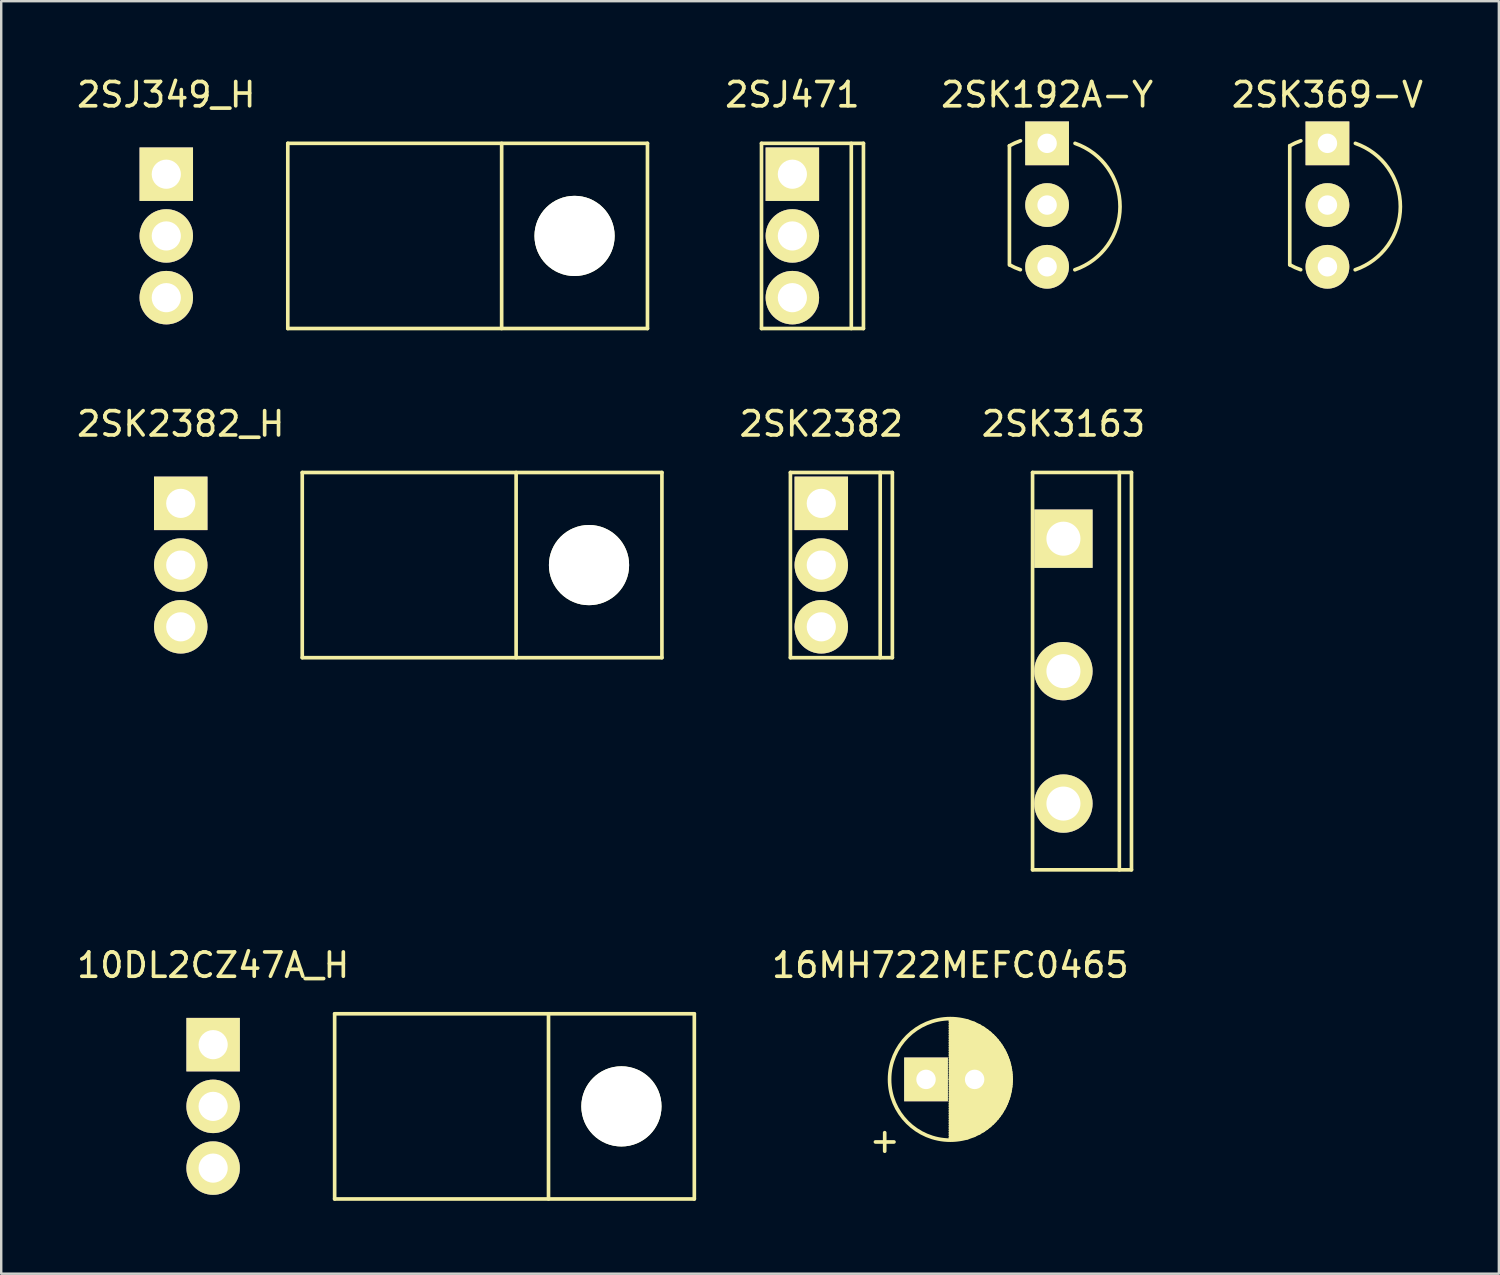
<source format=kicad_pcb>
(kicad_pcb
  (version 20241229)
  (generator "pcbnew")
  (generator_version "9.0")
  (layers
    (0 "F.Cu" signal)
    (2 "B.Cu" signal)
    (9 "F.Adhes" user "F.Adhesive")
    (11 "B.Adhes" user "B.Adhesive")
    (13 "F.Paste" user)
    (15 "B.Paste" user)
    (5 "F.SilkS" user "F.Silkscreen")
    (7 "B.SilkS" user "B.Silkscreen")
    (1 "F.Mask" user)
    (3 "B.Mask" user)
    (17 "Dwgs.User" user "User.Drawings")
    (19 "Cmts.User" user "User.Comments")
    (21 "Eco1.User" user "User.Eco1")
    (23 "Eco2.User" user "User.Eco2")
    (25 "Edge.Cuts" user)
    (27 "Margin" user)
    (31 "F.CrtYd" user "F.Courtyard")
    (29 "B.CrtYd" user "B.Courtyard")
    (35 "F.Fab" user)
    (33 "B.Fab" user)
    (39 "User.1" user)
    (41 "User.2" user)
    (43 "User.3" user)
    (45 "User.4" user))
  (footprint "2SK369-V"
    (layer "F.Cu")
    (at 51.571 2.848)
    (property "Reference" "2SK369-V" (at 0 -2 0) (layer "F.SilkS") (effects (font (size 1 1) (thickness 0.15))))
    (attr through_hole)
    (fp_line (start -1.55 5) (end -1.55 0.1) (stroke (width 0.15) (type solid)) (layer "F.SilkS"))
    (fp_arc (start -1.55 0.1) (mid -1.326783 -0.012505) (end -1.09461 -0.105127) (stroke (width 0.15) (type solid)) (layer "F.SilkS"))
    (fp_arc (start -1.1 5.2) (mid -1.32318 5.111666) (end -1.537812 5.004217) (stroke (width 0.15) (type solid)) (layer "F.SilkS"))
    (fp_arc (start 1.15 0) (mid 3.00136 2.60449) (end 1.14151 5.202923) (stroke (width 0.15) (type solid)) (layer "F.SilkS"))
    (pad "1" thru_hole rect (at 0 0) (size 1.8 1.8) (drill 0.8) (layers "*.Cu" "*.Mask" "F.SilkS"))
    (pad "2" thru_hole circle (at 0 2.54) (size 1.8 1.8) (drill 0.8) (layers "*.Cu" "*.Mask" "F.SilkS"))
    (pad "3" thru_hole circle (at 0 5.08) (size 1.8 1.8) (drill 0.8) (layers "*.Cu" "*.Mask" "F.SilkS")))
  (footprint "2SK3163"
    (layer "F.Cu")
    (at 40.708 19.116)
    (property "Reference" "2SK3163" (at 0 -4.725 0) (layer "F.SilkS") (effects (font (size 1 1) (thickness 0.15))))
    (attr through_hole)
    (fp_line (start -1.27 -2.725) (end -1.27 13.625) (stroke (width 0.15) (type solid)) (layer "F.SilkS"))
    (fp_line (start -1.27 -2.725) (end 2.8 -2.725) (stroke (width 0.15) (type solid)) (layer "F.SilkS"))
    (fp_line (start -1.27 13.625) (end 2.8 13.625) (stroke (width 0.15) (type solid)) (layer "F.SilkS"))
    (fp_line (start 2.3 -2.725) (end 2.3 13.625) (stroke (width 0.15) (type solid)) (layer "F.SilkS"))
    (fp_line (start 2.8 -2.725) (end 2.8 13.625) (stroke (width 0.15) (type solid)) (layer "F.SilkS"))
    (pad "1" thru_hole rect (at 0 0) (size 2.4 2.4) (drill 1.4) (layers "*.Cu" "*.Mask" "F.SilkS"))
    (pad "2" thru_hole circle (at 0 5.45) (size 2.4 2.4) (drill 1.4) (layers "*.Cu" "*.Mask" "F.SilkS"))
    (pad "3" thru_hole circle (at 0 10.9) (size 2.4 2.4) (drill 1.4) (layers "*.Cu" "*.Mask" "F.SilkS")))
  (footprint "10DL2CZ47A_H"
    (layer "F.Cu")
    (at 5.72 39.935)
    (property "Reference" "10DL2CZ47A_H" (at 0 -3.27 0) (layer "F.SilkS") (effects (font (size 1 1) (thickness 0.15))))
    (attr through_hole)
    (fp_line (start 5 -1.27) (end 5 6.35) (stroke (width 0.15) (type solid)) (layer "F.SilkS"))
    (fp_line (start 5 -1.27) (end 19.8 -1.27) (stroke (width 0.15) (type solid)) (layer "F.SilkS"))
    (fp_line (start 5 6.35) (end 19.8 6.35) (stroke (width 0.15) (type solid)) (layer "F.SilkS"))
    (fp_line (start 13.8 -1.27) (end 13.8 6.35) (stroke (width 0.15) (type solid)) (layer "F.SilkS"))
    (fp_line (start 19.8 -1.27) (end 19.8 6.35) (stroke (width 0.15) (type solid)) (layer "F.SilkS"))
    (pad "" np_thru_hole circle (at 16.8 2.54) (size 3.3 3.3) (drill 3.3) (layers "*.Cu" "*.Mask" "F.SilkS"))
    (pad "1" thru_hole rect (at 0 0) (size 2.2 2.2) (drill 1.2) (layers "*.Cu" "*.Mask" "F.SilkS"))
    (pad "2" thru_hole circle (at 0 2.54) (size 2.2 2.2) (drill 1.2) (layers "*.Cu" "*.Mask" "F.SilkS"))
    (pad "3" thru_hole circle (at 0 5.08) (size 2.2 2.2) (drill 1.2) (layers "*.Cu" "*.Mask" "F.SilkS")))
  (footprint "16MH722MEFC0465"
    (layer "F.Cu")
    (at 35.054 41.365)
    (property "Reference" "16MH722MEFC0465" (at 1 -4.7 0) (layer "F.SilkS") (effects (font (size 1 1) (thickness 0.15))))
    (attr through_hole)
    (fp_line (start 1 -2.4) (end 1.7 -2.4) (stroke (width 0.15) (type solid)) (layer "F.SilkS"))
    (fp_line (start 1 -2.3) (end 1.98 -2.3) (stroke (width 0.15) (type solid)) (layer "F.SilkS"))
    (fp_line (start 1 -2.2) (end 2.187 -2.2) (stroke (width 0.15) (type solid)) (layer "F.SilkS"))
    (fp_line (start 1 -2.1) (end 2.356 -2.1) (stroke (width 0.15) (type solid)) (layer "F.SilkS"))
    (fp_line (start 1 -2) (end 2.5 -2) (stroke (width 0.15) (type solid)) (layer "F.SilkS"))
    (fp_line (start 1 -1.9) (end 2.625 -1.9) (stroke (width 0.15) (type solid)) (layer "F.SilkS"))
    (fp_line (start 1 -1.8) (end 2.735 -1.8) (stroke (width 0.15) (type solid)) (layer "F.SilkS"))
    (fp_line (start 1 -1.7) (end 2.833 -1.7) (stroke (width 0.15) (type solid)) (layer "F.SilkS"))
    (fp_line (start 1 -1.6) (end 2.921 -1.6) (stroke (width 0.15) (type solid)) (layer "F.SilkS"))
    (fp_line (start 1 -1.5) (end 3 -1.5) (stroke (width 0.15) (type solid)) (layer "F.SilkS"))
    (fp_line (start 1 -1.4) (end 3.071 -1.4) (stroke (width 0.15) (type solid)) (layer "F.SilkS"))
    (fp_line (start 1 -1.3) (end 3.135 -1.3) (stroke (width 0.15) (type solid)) (layer "F.SilkS"))
    (fp_line (start 1 -1.2) (end 3.193 -1.2) (stroke (width 0.15) (type solid)) (layer "F.SilkS"))
    (fp_line (start 1 -1.1) (end 3.245 -1.1) (stroke (width 0.15) (type solid)) (layer "F.SilkS"))
    (fp_line (start 1 -1) (end 3.291 -1) (stroke (width 0.15) (type solid)) (layer "F.SilkS"))
    (fp_line (start 1 -0.9) (end 3.332 -0.9) (stroke (width 0.15) (type solid)) (layer "F.SilkS"))
    (fp_line (start 1 -0.8) (end 3.369 -0.8) (stroke (width 0.15) (type solid)) (layer "F.SilkS"))
    (fp_line (start 1 -0.7) (end 3.4 -0.7) (stroke (width 0.15) (type solid)) (layer "F.SilkS"))
    (fp_line (start 1 -0.6) (end 3.427 -0.6) (stroke (width 0.15) (type solid)) (layer "F.SilkS"))
    (fp_line (start 1 -0.5) (end 3.449 -0.5) (stroke (width 0.15) (type solid)) (layer "F.SilkS"))
    (fp_line (start 1 -0.4) (end 3.468 -0.4) (stroke (width 0.15) (type solid)) (layer "F.SilkS"))
    (fp_line (start 1 -0.3) (end 3.482 -0.3) (stroke (width 0.15) (type solid)) (layer "F.SilkS"))
    (fp_line (start 1 -0.2) (end 3.492 -0.2) (stroke (width 0.15) (type solid)) (layer "F.SilkS"))
    (fp_line (start 1 -0.1) (end 3.498 -0.1) (stroke (width 0.15) (type solid)) (layer "F.SilkS"))
    (fp_line (start 1 0) (end 3.5 0) (stroke (width 0.15) (type solid)) (layer "F.SilkS"))
    (fp_line (start 1 0) (end 3.5 0) (stroke (width 0.15) (type solid)) (layer "F.SilkS"))
    (fp_line (start 1 0.1) (end 3.498 0.1) (stroke (width 0.15) (type solid)) (layer "F.SilkS"))
    (fp_line (start 1 0.2) (end 3.492 0.2) (stroke (width 0.15) (type solid)) (layer "F.SilkS"))
    (fp_line (start 1 0.3) (end 3.482 0.3) (stroke (width 0.15) (type solid)) (layer "F.SilkS"))
    (fp_line (start 1 0.4) (end 3.468 0.4) (stroke (width 0.15) (type solid)) (layer "F.SilkS"))
    (fp_line (start 1 0.5) (end 3.449 0.5) (stroke (width 0.15) (type solid)) (layer "F.SilkS"))
    (fp_line (start 1 0.6) (end 3.427 0.6) (stroke (width 0.15) (type solid)) (layer "F.SilkS"))
    (fp_line (start 1 0.7) (end 3.4 0.7) (stroke (width 0.15) (type solid)) (layer "F.SilkS"))
    (fp_line (start 1 0.8) (end 3.369 0.8) (stroke (width 0.15) (type solid)) (layer "F.SilkS"))
    (fp_line (start 1 0.9) (end 3.332 0.9) (stroke (width 0.15) (type solid)) (layer "F.SilkS"))
    (fp_line (start 1 1) (end 3.291 1) (stroke (width 0.15) (type solid)) (layer "F.SilkS"))
    (fp_line (start 1 1.1) (end 3.245 1.1) (stroke (width 0.15) (type solid)) (layer "F.SilkS"))
    (fp_line (start 1 1.2) (end 3.193 1.2) (stroke (width 0.15) (type solid)) (layer "F.SilkS"))
    (fp_line (start 1 1.3) (end 3.135 1.3) (stroke (width 0.15) (type solid)) (layer "F.SilkS"))
    (fp_line (start 1 1.4) (end 3.071 1.4) (stroke (width 0.15) (type solid)) (layer "F.SilkS"))
    (fp_line (start 1 1.5) (end 3 1.5) (stroke (width 0.15) (type solid)) (layer "F.SilkS"))
    (fp_line (start 1 1.6) (end 2.921 1.6) (stroke (width 0.15) (type solid)) (layer "F.SilkS"))
    (fp_line (start 1 1.7) (end 2.833 1.7) (stroke (width 0.15) (type solid)) (layer "F.SilkS"))
    (fp_line (start 1 1.8) (end 2.735 1.8) (stroke (width 0.15) (type solid)) (layer "F.SilkS"))
    (fp_line (start 1 1.9) (end 2.625 1.9) (stroke (width 0.15) (type solid)) (layer "F.SilkS"))
    (fp_line (start 1 2) (end 2.5 2) (stroke (width 0.15) (type solid)) (layer "F.SilkS"))
    (fp_line (start 1 2.1) (end 2.356 2.1) (stroke (width 0.15) (type solid)) (layer "F.SilkS"))
    (fp_line (start 1 2.2) (end 2.187 2.2) (stroke (width 0.15) (type solid)) (layer "F.SilkS"))
    (fp_line (start 1 2.3) (end 1.98 2.3) (stroke (width 0.15) (type solid)) (layer "F.SilkS"))
    (fp_line (start 1 2.4) (end 1.7 2.4) (stroke (width 0.15) (type solid)) (layer "F.SilkS"))
    (fp_circle (center 1 0) (end 1 -2.5) (stroke (width 0.15) (type solid)) (fill no) (layer "F.SilkS"))
    (fp_text user "+" (at -1.7 2.5 0) (layer "F.SilkS") (effects (font (size 1 1) (thickness 0.15))))
    (pad "1" thru_hole rect (at 0 0) (size 1.8 1.8) (drill 0.8) (layers "*.Cu" "*.Mask" "F.SilkS"))
    (pad "2" thru_hole circle (at 2 0) (size 1.8 1.8) (drill 0.8) (layers "*.Cu" "*.Mask" "F.SilkS")))
  (footprint "2SK192A-Y"
    (layer "F.Cu")
    (at 40.036 2.848)
    (property "Reference" "2SK192A-Y" (at 0 -2 0) (layer "F.SilkS") (effects (font (size 1 1) (thickness 0.15))))
    (attr through_hole)
    (fp_line (start -1.55 5) (end -1.55 0.1) (stroke (width 0.15) (type solid)) (layer "F.SilkS"))
    (fp_arc (start -1.55 0.1) (mid -1.326783 -0.012505) (end -1.09461 -0.105127) (stroke (width 0.15) (type solid)) (layer "F.SilkS"))
    (fp_arc (start -1.1 5.2) (mid -1.32318 5.111666) (end -1.537812 5.004217) (stroke (width 0.15) (type solid)) (layer "F.SilkS"))
    (fp_arc (start 1.15 0) (mid 3.00136 2.60449) (end 1.14151 5.202923) (stroke (width 0.15) (type solid)) (layer "F.SilkS"))
    (pad "1" thru_hole rect (at 0 0) (size 1.8 1.8) (drill 0.8) (layers "*.Cu" "*.Mask" "F.SilkS"))
    (pad "2" thru_hole circle (at 0 2.54) (size 1.8 1.8) (drill 0.8) (layers "*.Cu" "*.Mask" "F.SilkS"))
    (pad "3" thru_hole circle (at 0 5.08) (size 1.8 1.8) (drill 0.8) (layers "*.Cu" "*.Mask" "F.SilkS")))
  (footprint "2SK2382_H"
    (layer "F.Cu")
    (at 4.387 17.662)
    (property "Reference" "2SK2382_H" (at 0 -3.27 0) (layer "F.SilkS") (effects (font (size 1 1) (thickness 0.15))))
    (attr through_hole)
    (fp_line (start 5 -1.27) (end 5 6.35) (stroke (width 0.15) (type solid)) (layer "F.SilkS"))
    (fp_line (start 5 -1.27) (end 19.8 -1.27) (stroke (width 0.15) (type solid)) (layer "F.SilkS"))
    (fp_line (start 5 6.35) (end 19.8 6.35) (stroke (width 0.15) (type solid)) (layer "F.SilkS"))
    (fp_line (start 13.8 -1.27) (end 13.8 6.35) (stroke (width 0.15) (type solid)) (layer "F.SilkS"))
    (fp_line (start 19.8 -1.27) (end 19.8 6.35) (stroke (width 0.15) (type solid)) (layer "F.SilkS"))
    (pad "" np_thru_hole circle (at 16.8 2.54) (size 3.3 3.3) (drill 3.3) (layers "*.Cu" "*.Mask" "F.SilkS"))
    (pad "1" thru_hole rect (at 0 0) (size 2.2 2.2) (drill 1.2) (layers "*.Cu" "*.Mask" "F.SilkS"))
    (pad "2" thru_hole circle (at 0 2.54) (size 2.2 2.2) (drill 1.2) (layers "*.Cu" "*.Mask" "F.SilkS"))
    (pad "3" thru_hole circle (at 0 5.08) (size 2.2 2.2) (drill 1.2) (layers "*.Cu" "*.Mask" "F.SilkS")))
  (footprint "2SK2382"
    (layer "F.Cu")
    (at 30.744 17.662)
    (property "Reference" "2SK2382" (at 0 -3.27 0) (layer "F.SilkS") (effects (font (size 1 1) (thickness 0.15))))
    (attr through_hole)
    (fp_line (start -1.27 -1.27) (end -1.27 6.35) (stroke (width 0.15) (type solid)) (layer "F.SilkS"))
    (fp_line (start -1.27 -1.27) (end 2.925 -1.27) (stroke (width 0.15) (type solid)) (layer "F.SilkS"))
    (fp_line (start -1.27 6.35) (end 2.925 6.35) (stroke (width 0.15) (type solid)) (layer "F.SilkS"))
    (fp_line (start 2.425 -1.27) (end 2.425 6.35) (stroke (width 0.15) (type solid)) (layer "F.SilkS"))
    (fp_line (start 2.925 -1.27) (end 2.925 6.35) (stroke (width 0.15) (type solid)) (layer "F.SilkS"))
    (pad "1" thru_hole rect (at 0 0) (size 2.2 2.2) (drill 1.2) (layers "*.Cu" "*.Mask" "F.SilkS"))
    (pad "2" thru_hole circle (at 0 2.54) (size 2.2 2.2) (drill 1.2) (layers "*.Cu" "*.Mask" "F.SilkS"))
    (pad "3" thru_hole circle (at 0 5.08) (size 2.2 2.2) (drill 1.2) (layers "*.Cu" "*.Mask" "F.SilkS")))
  (footprint "2SJ471"
    (layer "F.Cu")
    (at 29.554 4.118)
    (property "Reference" "2SJ471" (at 0 -3.27 0) (layer "F.SilkS") (effects (font (size 1 1) (thickness 0.15))))
    (attr through_hole)
    (fp_line (start -1.27 -1.27) (end -1.27 6.35) (stroke (width 0.15) (type solid)) (layer "F.SilkS"))
    (fp_line (start -1.27 -1.27) (end 2.925 -1.27) (stroke (width 0.15) (type solid)) (layer "F.SilkS"))
    (fp_line (start -1.27 6.35) (end 2.925 6.35) (stroke (width 0.15) (type solid)) (layer "F.SilkS"))
    (fp_line (start 2.425 -1.27) (end 2.425 6.35) (stroke (width 0.15) (type solid)) (layer "F.SilkS"))
    (fp_line (start 2.925 -1.27) (end 2.925 6.35) (stroke (width 0.15) (type solid)) (layer "F.SilkS"))
    (pad "1" thru_hole rect (at 0 0) (size 2.2 2.2) (drill 1.2) (layers "*.Cu" "*.Mask" "F.SilkS"))
    (pad "2" thru_hole circle (at 0 2.54) (size 2.2 2.2) (drill 1.2) (layers "*.Cu" "*.Mask" "F.SilkS"))
    (pad "3" thru_hole circle (at 0 5.08) (size 2.2 2.2) (drill 1.2) (layers "*.Cu" "*.Mask" "F.SilkS")))
  (footprint "2SJ349_H"
    (layer "F.Cu")
    (at 3.792 4.118)
    (property "Reference" "2SJ349_H" (at 0 -3.27 0) (layer "F.SilkS") (effects (font (size 1 1) (thickness 0.15))))
    (attr through_hole)
    (fp_line (start 5 -1.27) (end 5 6.35) (stroke (width 0.15) (type solid)) (layer "F.SilkS"))
    (fp_line (start 5 -1.27) (end 19.8 -1.27) (stroke (width 0.15) (type solid)) (layer "F.SilkS"))
    (fp_line (start 5 6.35) (end 19.8 6.35) (stroke (width 0.15) (type solid)) (layer "F.SilkS"))
    (fp_line (start 13.8 -1.27) (end 13.8 6.35) (stroke (width 0.15) (type solid)) (layer "F.SilkS"))
    (fp_line (start 19.8 -1.27) (end 19.8 6.35) (stroke (width 0.15) (type solid)) (layer "F.SilkS"))
    (pad "" np_thru_hole circle (at 16.8 2.54) (size 3.3 3.3) (drill 3.3) (layers "*.Cu" "*.Mask" "F.SilkS"))
    (pad "1" thru_hole rect (at 0 0) (size 2.2 2.2) (drill 1.2) (layers "*.Cu" "*.Mask" "F.SilkS"))
    (pad "2" thru_hole circle (at 0 2.54) (size 2.2 2.2) (drill 1.2) (layers "*.Cu" "*.Mask" "F.SilkS"))
    (pad "3" thru_hole circle (at 0 5.08) (size 2.2 2.2) (drill 1.2) (layers "*.Cu" "*.Mask" "F.SilkS")))
  (gr_rect
    (start -3 -3)
    (end 58.625 49.36)
    (stroke (width 0.1) (type default))
    (fill no)
    (layer "Edge.Cuts")))
</source>
